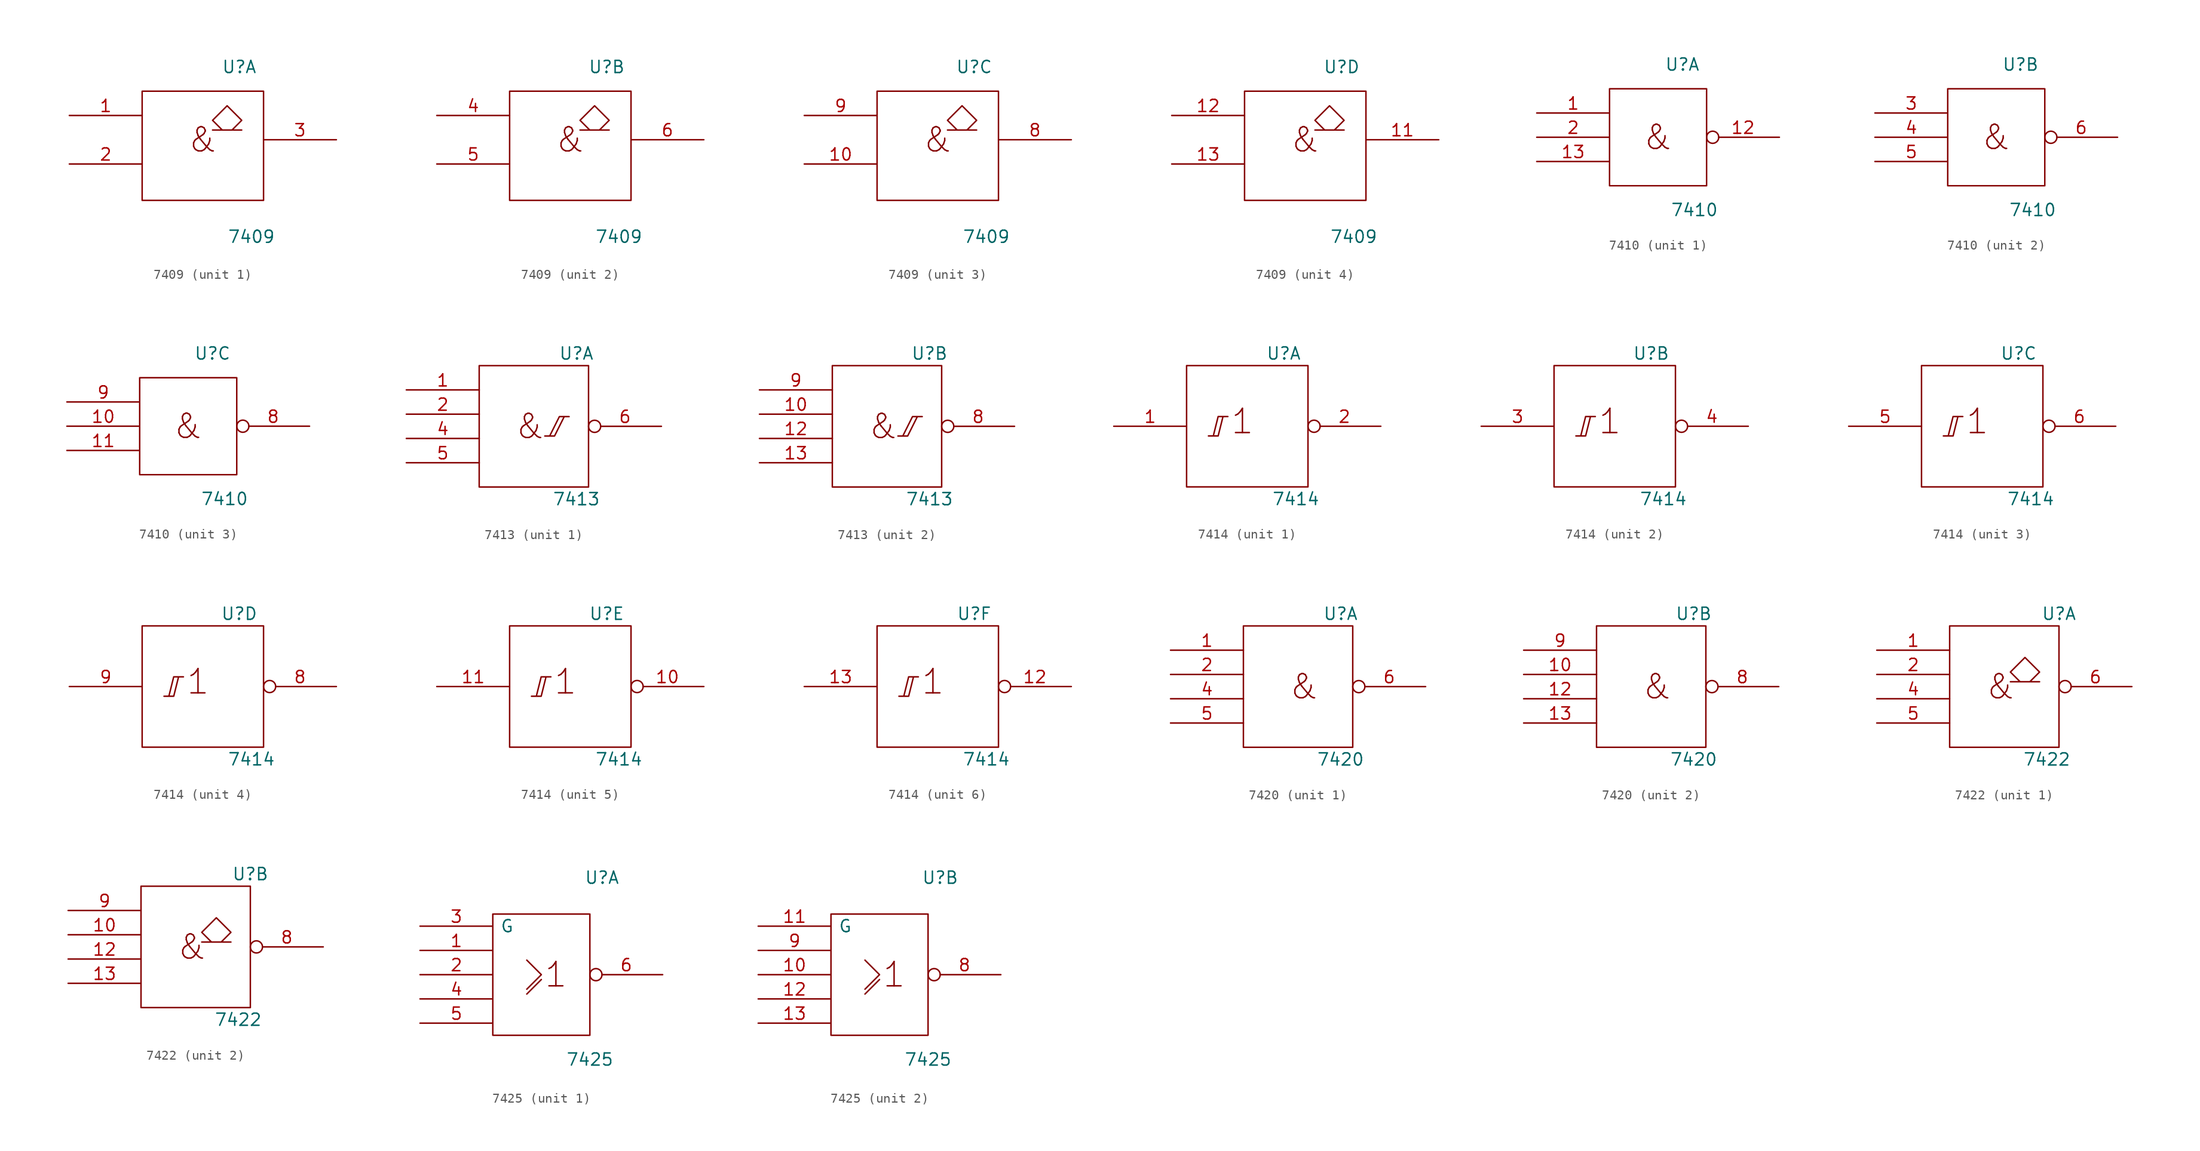
<source format=kicad_sym>
(kicad_symbol_lib
  (version 20231120)
  (generator "kicad_symbol_editor")
  (generator_version "8.0")
  (symbol "7409"
    (pin_names
      (offset 0.762))
    (property "Reference" "U"
      (at 3.81 7.62 0)
      (effects (font (size 1.27 1.27))))
    (property "Value" "7409"
      (at 5.08 -10.16 0)
      (effects (font (size 1.27 1.27))))
    (symbol "7409_0_1"
      (rectangle (start -6.35 5.08) (end 6.35 -6.35) (stroke (width 0) (type default)) (fill (type none)))
      (polyline (pts (xy 1.016 2.032) (xy 2.032 1.016) (xy 1.016 2.032) (xy 2.54 3.556) (xy 4.064 2.032) (xy 3.048 1.016) (xy 4.064 1.016) (xy 1.016 1.016) (xy 1.016 1.016)) (stroke (width 0) (type default)) (fill (type none)))
      (text "&" (at 0 0 0) (effects (font (size 2.54 2.54))))
      (pin power_in line (at 0 5.08 270) (length 0) hide (name "Vcc" (effects (font (size 1.27 1.27)))) (number "14" (effects (font (size 1.27 1.27)))))
      (pin power_in line (at 0 -6.35 90) (length 0) hide (name "Gnd" (effects (font (size 1.27 1.27)))) (number "7" (effects (font (size 1.27 1.27))))))
    (symbol "7409_1_1"
      (pin input line (at -13.97 2.54 0) (length 7.62) (name "~" (effects (font (size 1.27 1.27)))) (number "1" (effects (font (size 1.27 1.27)))))
      (pin input line (at -13.97 -2.54 0) (length 7.62) (name "~" (effects (font (size 1.27 1.27)))) (number "2" (effects (font (size 1.27 1.27)))))
      (pin open_collector line (at 13.97 0 180) (length 7.62) (name "~" (effects (font (size 1.27 1.27)))) (number "3" (effects (font (size 1.27 1.27))))))
    (symbol "7409_2_1"
      (pin input line (at -13.97 2.54 0) (length 7.62) (name "~" (effects (font (size 1.27 1.27)))) (number "4" (effects (font (size 1.27 1.27)))))
      (pin input line (at -13.97 -2.54 0) (length 7.62) (name "~" (effects (font (size 1.27 1.27)))) (number "5" (effects (font (size 1.27 1.27)))))
      (pin open_collector line (at 13.97 0 180) (length 7.62) (name "~" (effects (font (size 1.27 1.27)))) (number "6" (effects (font (size 1.27 1.27))))))
    (symbol "7409_3_1"
      (pin input line (at -13.97 -2.54 0) (length 7.62) (name "~" (effects (font (size 1.27 1.27)))) (number "10" (effects (font (size 1.27 1.27)))))
      (pin open_collector line (at 13.97 0 180) (length 7.62) (name "~" (effects (font (size 1.27 1.27)))) (number "8" (effects (font (size 1.27 1.27)))))
      (pin input line (at -13.97 2.54 0) (length 7.62) (name "~" (effects (font (size 1.27 1.27)))) (number "9" (effects (font (size 1.27 1.27))))))
    (symbol "7409_4_1"
      (pin open_collector line (at 13.97 0 180) (length 7.62) (name "~" (effects (font (size 1.27 1.27)))) (number "11" (effects (font (size 1.27 1.27)))))
      (pin input line (at -13.97 2.54 0) (length 7.62) (name "~" (effects (font (size 1.27 1.27)))) (number "12" (effects (font (size 1.27 1.27)))))
      (pin input line (at -13.97 -2.54 0) (length 7.62) (name "~" (effects (font (size 1.27 1.27)))) (number "13" (effects (font (size 1.27 1.27)))))))
  (symbol "7410"
    (pin_names
      (offset 0.762))
    (property "Reference" "U"
      (at 2.54 7.62 0)
      (effects (font (size 1.27 1.27))))
    (property "Value" "7410"
      (at 3.81 -7.62 0)
      (effects (font (size 1.27 1.27))))
    (symbol "7410_0_0"
      (text "&" (at 0 0 0) (effects (font (size 2.54 2.54)))))
    (symbol "7410_0_1"
      (rectangle (start -5.08 5.08) (end 5.08 -5.08) (stroke (width 0) (type default)) (fill (type none)))
      (pin power_in line (at 0 5.08 270) (length 0) hide (name "Vcc" (effects (font (size 1.27 1.27)))) (number "14" (effects (font (size 1.27 1.27)))))
      (pin power_in line (at 0 -5.08 90) (length 0) hide (name "Gnd" (effects (font (size 1.27 1.27)))) (number "7" (effects (font (size 1.27 1.27))))))
    (symbol "7410_1_1"
      (pin input line (at -12.7 2.54 0) (length 7.62) (name "~" (effects (font (size 1.27 1.27)))) (number "1" (effects (font (size 1.27 1.27)))))
      (pin output inverted (at 12.7 0 180) (length 7.62) (name "~" (effects (font (size 1.27 1.27)))) (number "12" (effects (font (size 1.27 1.27)))))
      (pin input line (at -12.7 -2.54 0) (length 7.62) (name "~" (effects (font (size 1.27 1.27)))) (number "13" (effects (font (size 1.27 1.27)))))
      (pin input line (at -12.7 0 0) (length 7.62) (name "~" (effects (font (size 1.27 1.27)))) (number "2" (effects (font (size 1.27 1.27))))))
    (symbol "7410_2_1"
      (pin input line (at -12.7 2.54 0) (length 7.62) (name "~" (effects (font (size 1.27 1.27)))) (number "3" (effects (font (size 1.27 1.27)))))
      (pin input line (at -12.7 0 0) (length 7.62) (name "~" (effects (font (size 1.27 1.27)))) (number "4" (effects (font (size 1.27 1.27)))))
      (pin input line (at -12.7 -2.54 0) (length 7.62) (name "~" (effects (font (size 1.27 1.27)))) (number "5" (effects (font (size 1.27 1.27)))))
      (pin output inverted (at 12.7 0 180) (length 7.62) (name "~" (effects (font (size 1.27 1.27)))) (number "6" (effects (font (size 1.27 1.27))))))
    (symbol "7410_3_1"
      (pin input line (at -12.7 0 0) (length 7.62) (name "~" (effects (font (size 1.27 1.27)))) (number "10" (effects (font (size 1.27 1.27)))))
      (pin input line (at -12.7 -2.54 0) (length 7.62) (name "~" (effects (font (size 1.27 1.27)))) (number "11" (effects (font (size 1.27 1.27)))))
      (pin output inverted (at 12.7 0 180) (length 7.62) (name "~" (effects (font (size 1.27 1.27)))) (number "8" (effects (font (size 1.27 1.27)))))
      (pin input line (at -12.7 2.54 0) (length 7.62) (name "~" (effects (font (size 1.27 1.27)))) (number "9" (effects (font (size 1.27 1.27)))))))
  (symbol "7413"
    (pin_names
      (offset 0.762))
    (property "Reference" "U"
      (at 3.81 7.62 0)
      (effects (font (size 1.27 1.27))))
    (property "Value" "7413"
      (at 3.81 -7.62 0)
      (effects (font (size 1.27 1.27))))
    (symbol "7413_0_0"
      (polyline (pts (xy 0.508 -1.016) (xy 1.524 -1.016) (xy 2.54 1.016) (xy 3.048 1.016) (xy 2.032 1.016) (xy 1.016 -1.016) (xy 1.016 -1.016)) (stroke (width 0) (type default)) (fill (type none)))
      (text "&" (at -1.016 0 0) (effects (font (size 2.54 2.54)))))
    (symbol "7413_0_1"
      (rectangle (start -6.35 6.35) (end 5.08 -6.35) (stroke (width 0) (type default)) (fill (type none)))
      (pin power_in line (at 0 6.35 270) (length 0) hide (name "Vdd" (effects (font (size 1.27 1.27)))) (number "14" (effects (font (size 1.27 1.27)))))
      (pin power_in line (at 0 -6.35 90) (length 0) hide (name "Vss" (effects (font (size 1.27 1.27)))) (number "7" (effects (font (size 1.27 1.27))))))
    (symbol "7413_1_1"
      (pin input line (at -13.97 3.81 0) (length 7.62) (name "~" (effects (font (size 1.27 1.27)))) (number "1" (effects (font (size 1.27 1.27)))))
      (pin input line (at -13.97 1.27 0) (length 7.62) (name "~" (effects (font (size 1.27 1.27)))) (number "2" (effects (font (size 1.27 1.27)))))
      (pin input line (at -13.97 -1.27 0) (length 7.62) (name "~" (effects (font (size 1.27 1.27)))) (number "4" (effects (font (size 1.27 1.27)))))
      (pin input line (at -13.97 -3.81 0) (length 7.62) (name "~" (effects (font (size 1.27 1.27)))) (number "5" (effects (font (size 1.27 1.27)))))
      (pin output inverted (at 12.7 0 180) (length 7.62) (name "~" (effects (font (size 1.27 1.27)))) (number "6" (effects (font (size 1.27 1.27))))))
    (symbol "7413_2_1"
      (pin input line (at -13.97 1.27 0) (length 7.62) (name "~" (effects (font (size 1.27 1.27)))) (number "10" (effects (font (size 1.27 1.27)))))
      (pin input line (at -13.97 -1.27 0) (length 7.62) (name "~" (effects (font (size 1.27 1.27)))) (number "12" (effects (font (size 1.27 1.27)))))
      (pin input line (at -13.97 -3.81 0) (length 7.62) (name "~" (effects (font (size 1.27 1.27)))) (number "13" (effects (font (size 1.27 1.27)))))
      (pin output inverted (at 12.7 0 180) (length 7.62) (name "~" (effects (font (size 1.27 1.27)))) (number "8" (effects (font (size 1.27 1.27)))))
      (pin input line (at -13.97 3.81 0) (length 7.62) (name "~" (effects (font (size 1.27 1.27)))) (number "9" (effects (font (size 1.27 1.27)))))))
  (symbol "7414"
    (pin_names
      (offset 0.762))
    (property "Reference" "U"
      (at 3.81 7.62 0)
      (effects (font (size 1.27 1.27))))
    (property "Value" "7414"
      (at 5.08 -7.62 0)
      (effects (font (size 1.27 1.27))))
    (symbol "7414_0_0"
      (polyline (pts (xy -4.064 -1.016) (xy -3.048 -1.016) (xy -2.54 1.016) (xy -2.032 1.016) (xy -3.048 1.016) (xy -3.556 -1.016) (xy -3.556 -1.016)) (stroke (width 0) (type default)) (fill (type none)))
      (text "1" (at -0.508 0.508 0) (effects (font (size 2.54 2.54)))))
    (symbol "7414_0_1"
      (rectangle (start -6.35 6.35) (end 6.35 -6.35) (stroke (width 0) (type default)) (fill (type none)))
      (pin power_in line (at 0 6.35 270) (length 0) hide (name "Vcc" (effects (font (size 1.27 1.27)))) (number "14" (effects (font (size 1.27 1.27)))))
      (pin power_in line (at 0 -6.35 90) (length 0) hide (name "Gnd" (effects (font (size 1.27 1.27)))) (number "7" (effects (font (size 1.27 1.27))))))
    (symbol "7414_1_1"
      (pin input line (at -13.97 0 0) (length 7.62) (name "~" (effects (font (size 1.27 1.27)))) (number "1" (effects (font (size 1.27 1.27)))))
      (pin output inverted (at 13.97 0 180) (length 7.62) (name "~" (effects (font (size 1.27 1.27)))) (number "2" (effects (font (size 1.27 1.27))))))
    (symbol "7414_2_1"
      (pin input line (at -13.97 0 0) (length 7.62) (name "~" (effects (font (size 1.27 1.27)))) (number "3" (effects (font (size 1.27 1.27)))))
      (pin output inverted (at 13.97 0 180) (length 7.62) (name "~" (effects (font (size 1.27 1.27)))) (number "4" (effects (font (size 1.27 1.27))))))
    (symbol "7414_3_1"
      (pin input line (at -13.97 0 0) (length 7.62) (name "~" (effects (font (size 1.27 1.27)))) (number "5" (effects (font (size 1.27 1.27)))))
      (pin output inverted (at 13.97 0 180) (length 7.62) (name "~" (effects (font (size 1.27 1.27)))) (number "6" (effects (font (size 1.27 1.27))))))
    (symbol "7414_4_1"
      (pin output inverted (at 13.97 0 180) (length 7.62) (name "~" (effects (font (size 1.27 1.27)))) (number "8" (effects (font (size 1.27 1.27)))))
      (pin input line (at -13.97 0 0) (length 7.62) (name "~" (effects (font (size 1.27 1.27)))) (number "9" (effects (font (size 1.27 1.27))))))
    (symbol "7414_5_1"
      (pin output inverted (at 13.97 0 180) (length 7.62) (name "~" (effects (font (size 1.27 1.27)))) (number "10" (effects (font (size 1.27 1.27)))))
      (pin input line (at -13.97 0 0) (length 7.62) (name "~" (effects (font (size 1.27 1.27)))) (number "11" (effects (font (size 1.27 1.27))))))
    (symbol "7414_6_1"
      (pin output inverted (at 13.97 0 180) (length 7.62) (name "~" (effects (font (size 1.27 1.27)))) (number "12" (effects (font (size 1.27 1.27)))))
      (pin input line (at -13.97 0 0) (length 7.62) (name "~" (effects (font (size 1.27 1.27)))) (number "13" (effects (font (size 1.27 1.27)))))))
  (symbol "7420"
    (pin_names
      (offset 0.762))
    (property "Reference" "U"
      (at 3.81 7.62 0)
      (effects (font (size 1.27 1.27))))
    (property "Value" "7420"
      (at 3.81 -7.62 0)
      (effects (font (size 1.27 1.27))))
    (symbol "7420_0_0"
      (text "&" (at 0 0 0) (effects (font (size 2.54 2.54)))))
    (symbol "7420_0_1"
      (rectangle (start -6.35 6.35) (end 5.08 -6.35) (stroke (width 0) (type default)) (fill (type none)))
      (pin power_in line (at 0 6.35 270) (length 0) hide (name "Vcc" (effects (font (size 1.27 1.27)))) (number "14" (effects (font (size 1.27 1.27)))))
      (pin power_in line (at 0 -6.35 90) (length 0) hide (name "Gnd" (effects (font (size 1.27 1.27)))) (number "7" (effects (font (size 1.27 1.27))))))
    (symbol "7420_1_1"
      (pin input line (at -13.97 3.81 0) (length 7.62) (name "~" (effects (font (size 1.27 1.27)))) (number "1" (effects (font (size 1.27 1.27)))))
      (pin input line (at -13.97 1.27 0) (length 7.62) (name "~" (effects (font (size 1.27 1.27)))) (number "2" (effects (font (size 1.27 1.27)))))
      (pin input line (at -13.97 -1.27 0) (length 7.62) (name "~" (effects (font (size 1.27 1.27)))) (number "4" (effects (font (size 1.27 1.27)))))
      (pin input line (at -13.97 -3.81 0) (length 7.62) (name "~" (effects (font (size 1.27 1.27)))) (number "5" (effects (font (size 1.27 1.27)))))
      (pin output inverted (at 12.7 0 180) (length 7.62) (name "~" (effects (font (size 1.27 1.27)))) (number "6" (effects (font (size 1.27 1.27))))))
    (symbol "7420_2_1"
      (pin input line (at -13.97 1.27 0) (length 7.62) (name "~" (effects (font (size 1.27 1.27)))) (number "10" (effects (font (size 1.27 1.27)))))
      (pin input line (at -13.97 -1.27 0) (length 7.62) (name "~" (effects (font (size 1.27 1.27)))) (number "12" (effects (font (size 1.27 1.27)))))
      (pin input line (at -13.97 -3.81 0) (length 7.62) (name "~" (effects (font (size 1.27 1.27)))) (number "13" (effects (font (size 1.27 1.27)))))
      (pin output inverted (at 12.7 0 180) (length 7.62) (name "~" (effects (font (size 1.27 1.27)))) (number "8" (effects (font (size 1.27 1.27)))))
      (pin input line (at -13.97 3.81 0) (length 7.62) (name "~" (effects (font (size 1.27 1.27)))) (number "9" (effects (font (size 1.27 1.27)))))))
  (symbol "7422"
    (pin_names
      (offset 0.762))
    (property "Reference" "U"
      (at 5.08 7.62 0)
      (effects (font (size 1.27 1.27))))
    (property "Value" "7422"
      (at 3.81 -7.62 0)
      (effects (font (size 1.27 1.27))))
    (symbol "7422_0_0"
      (text "&" (at -1.016 0 0) (effects (font (size 2.54 2.54)))))
    (symbol "7422_0_1"
      (rectangle (start -6.35 6.35) (end 5.08 -6.35) (stroke (width 0) (type default)) (fill (type none)))
      (polyline (pts (xy 2.032 0.508) (xy 3.048 1.524) (xy 1.524 3.048) (xy 0 1.524) (xy 1.016 0.508) (xy 0 0.508) (xy 3.048 0.508) (xy 3.048 0.508)) (stroke (width 0) (type default)) (fill (type none)))
      (pin power_in line (at 0 6.35 270) (length 0) hide (name "Vcc" (effects (font (size 1.27 1.27)))) (number "14" (effects (font (size 1.27 1.27)))))
      (pin power_in line (at 0 -6.35 90) (length 0) hide (name "Gnd" (effects (font (size 1.27 1.27)))) (number "7" (effects (font (size 1.27 1.27))))))
    (symbol "7422_1_1"
      (pin input line (at -13.97 3.81 0) (length 7.62) (name "~" (effects (font (size 1.27 1.27)))) (number "1" (effects (font (size 1.27 1.27)))))
      (pin input line (at -13.97 1.27 0) (length 7.62) (name "~" (effects (font (size 1.27 1.27)))) (number "2" (effects (font (size 1.27 1.27)))))
      (pin input line (at -13.97 -1.27 0) (length 7.62) (name "~" (effects (font (size 1.27 1.27)))) (number "4" (effects (font (size 1.27 1.27)))))
      (pin input line (at -13.97 -3.81 0) (length 7.62) (name "~" (effects (font (size 1.27 1.27)))) (number "5" (effects (font (size 1.27 1.27)))))
      (pin open_collector inverted (at 12.7 0 180) (length 7.62) (name "~" (effects (font (size 1.27 1.27)))) (number "6" (effects (font (size 1.27 1.27))))))
    (symbol "7422_2_1"
      (pin input line (at -13.97 1.27 0) (length 7.62) (name "~" (effects (font (size 1.27 1.27)))) (number "10" (effects (font (size 1.27 1.27)))))
      (pin input line (at -13.97 -1.27 0) (length 7.62) (name "~" (effects (font (size 1.27 1.27)))) (number "12" (effects (font (size 1.27 1.27)))))
      (pin input line (at -13.97 -3.81 0) (length 7.62) (name "~" (effects (font (size 1.27 1.27)))) (number "13" (effects (font (size 1.27 1.27)))))
      (pin open_collector inverted (at 12.7 0 180) (length 7.62) (name "~" (effects (font (size 1.27 1.27)))) (number "8" (effects (font (size 1.27 1.27)))))
      (pin input line (at -13.97 3.81 0) (length 7.62) (name "~" (effects (font (size 1.27 1.27)))) (number "9" (effects (font (size 1.27 1.27)))))))
  (symbol "7425"
    (pin_names
      (offset 0.762))
    (property "Reference" "U"
      (at 6.35 10.16 0)
      (effects (font (size 1.27 1.27))))
    (property "Value" "7425"
      (at 5.08 -8.89 0)
      (effects (font (size 1.27 1.27))))
    (symbol "7425_0_0"
      (polyline (pts (xy -1.524 -2.032) (xy 0 -0.508) (xy 0 -0.508)) (stroke (width 0) (type default)) (fill (type none)))
      (polyline (pts (xy -1.524 1.524) (xy 0 0) (xy -1.524 -1.524) (xy -1.524 -1.524)) (stroke (width 0) (type default)) (fill (type none)))
      (text "1" (at 1.524 0 0) (effects (font (size 2.54 2.54)))))
    (symbol "7425_0_1"
      (rectangle (start -5.08 6.35) (end 5.08 -6.35) (stroke (width 0) (type default)) (fill (type none)))
      (pin power_in line (at 0 6.35 270) (length 0) hide (name "Vcc" (effects (font (size 1.27 1.27)))) (number "14" (effects (font (size 1.27 1.27)))))
      (pin power_in line (at 0 -6.35 90) (length 0) hide (name "Gnd" (effects (font (size 1.27 1.27)))) (number "7" (effects (font (size 1.27 1.27))))))
    (symbol "7425_1_1"
      (pin input line (at -12.7 2.54 0) (length 7.62) (name "~" (effects (font (size 1.27 1.27)))) (number "1" (effects (font (size 1.27 1.27)))))
      (pin input line (at -12.7 0 0) (length 7.62) (name "~" (effects (font (size 1.27 1.27)))) (number "2" (effects (font (size 1.27 1.27)))))
      (pin input line (at -12.7 5.08 0) (length 7.62) (name "G" (effects (font (size 1.27 1.27)))) (number "3" (effects (font (size 1.27 1.27)))))
      (pin input line (at -12.7 -2.54 0) (length 7.62) (name "~" (effects (font (size 1.27 1.27)))) (number "4" (effects (font (size 1.27 1.27)))))
      (pin input line (at -12.7 -5.08 0) (length 7.62) (name "~" (effects (font (size 1.27 1.27)))) (number "5" (effects (font (size 1.27 1.27)))))
      (pin output inverted (at 12.7 0 180) (length 7.62) (name "~" (effects (font (size 1.27 1.27)))) (number "6" (effects (font (size 1.27 1.27))))))
    (symbol "7425_2_1"
      (pin input line (at -12.7 0 0) (length 7.62) (name "~" (effects (font (size 1.27 1.27)))) (number "10" (effects (font (size 1.27 1.27)))))
      (pin input line (at -12.7 5.08 0) (length 7.62) (name "G" (effects (font (size 1.27 1.27)))) (number "11" (effects (font (size 1.27 1.27)))))
      (pin input line (at -12.7 -2.54 0) (length 7.62) (name "~" (effects (font (size 1.27 1.27)))) (number "12" (effects (font (size 1.27 1.27)))))
      (pin input line (at -12.7 -5.08 0) (length 7.62) (name "~" (effects (font (size 1.27 1.27)))) (number "13" (effects (font (size 1.27 1.27)))))
      (pin output inverted (at 12.7 0 180) (length 7.62) (name "~" (effects (font (size 1.27 1.27)))) (number "8" (effects (font (size 1.27 1.27)))))
      (pin input line (at -12.7 2.54 0) (length 7.62) (name "~" (effects (font (size 1.27 1.27)))) (number "9" (effects (font (size 1.27 1.27))))))))
</source>
